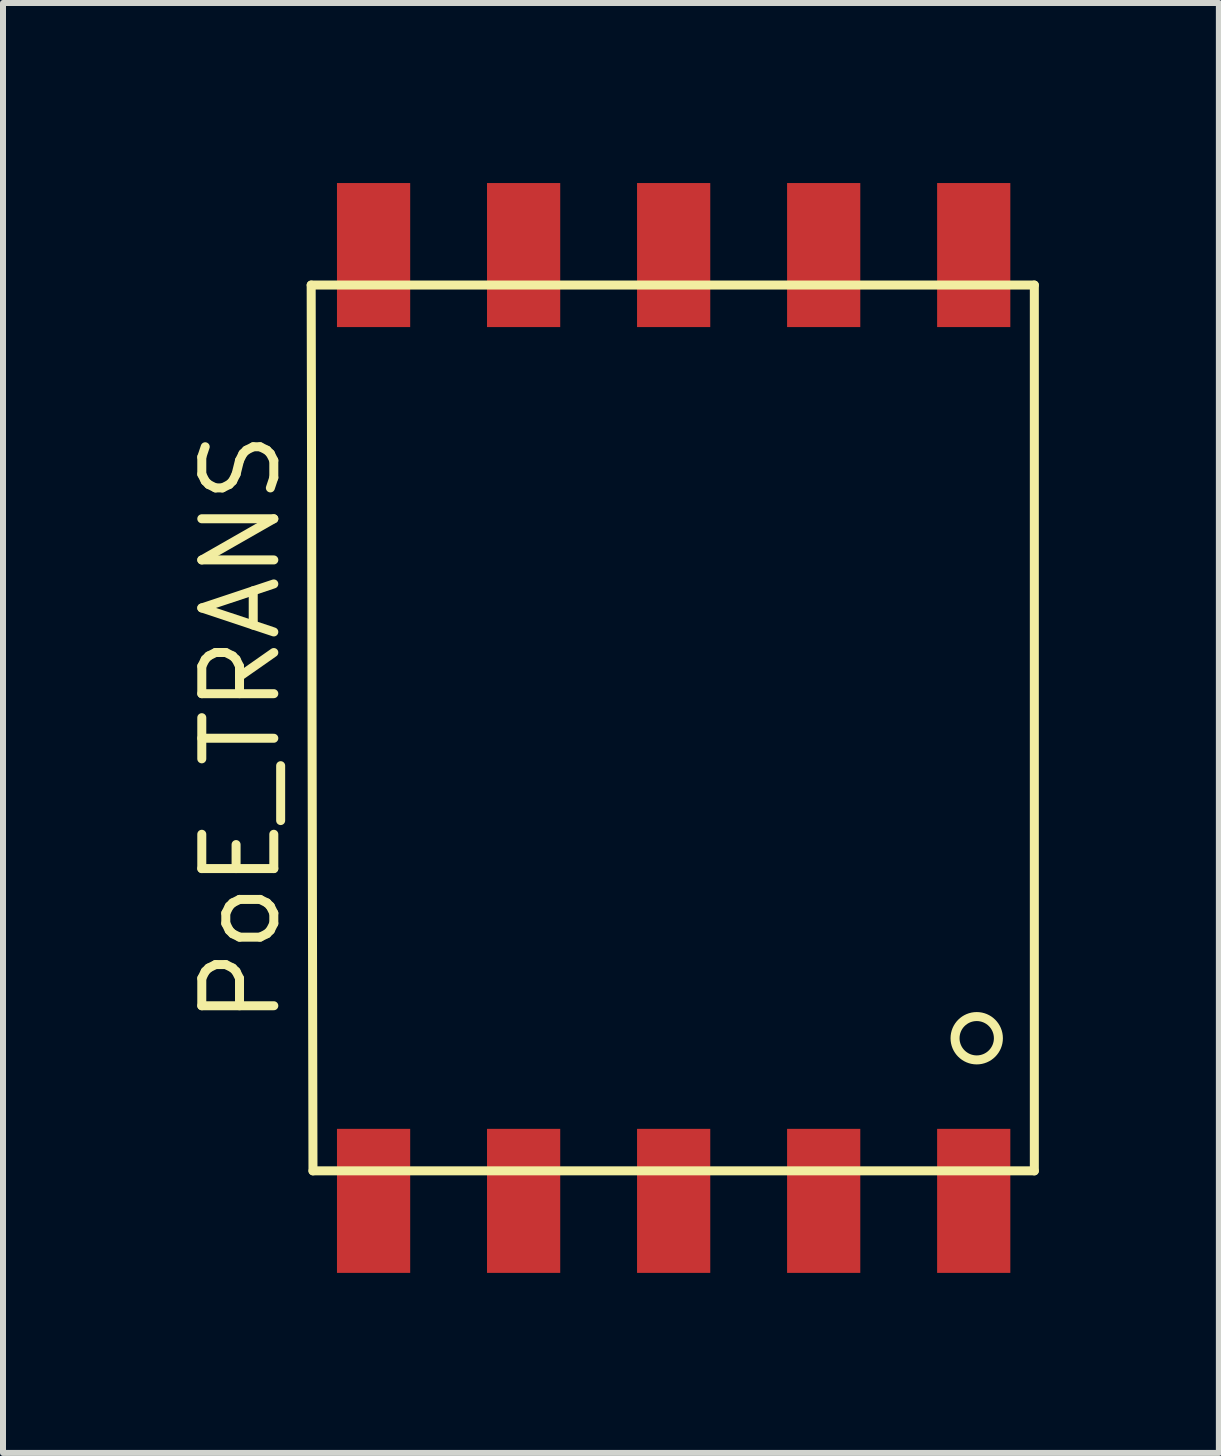
<source format=kicad_pcb>
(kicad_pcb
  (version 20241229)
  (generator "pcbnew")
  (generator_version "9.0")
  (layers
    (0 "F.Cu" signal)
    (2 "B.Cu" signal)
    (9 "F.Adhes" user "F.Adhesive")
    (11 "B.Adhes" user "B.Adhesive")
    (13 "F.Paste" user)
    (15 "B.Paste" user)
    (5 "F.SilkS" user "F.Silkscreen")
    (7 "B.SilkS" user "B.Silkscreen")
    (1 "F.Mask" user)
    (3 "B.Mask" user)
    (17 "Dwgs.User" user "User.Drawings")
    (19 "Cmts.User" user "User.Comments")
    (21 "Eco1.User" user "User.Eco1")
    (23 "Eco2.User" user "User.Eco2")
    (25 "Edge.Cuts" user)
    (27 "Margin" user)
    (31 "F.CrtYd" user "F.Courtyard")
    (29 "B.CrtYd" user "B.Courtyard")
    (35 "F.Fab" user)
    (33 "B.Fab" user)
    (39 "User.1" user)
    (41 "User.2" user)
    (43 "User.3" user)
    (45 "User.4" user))
  (footprint "PoE_TRANS"
    (layer "F.Cu")
    (at 8.175 9.08)
    (property "Reference" "PoE_TRANS" (at -7.21 0 90) (layer "F.SilkS") (effects (font (size 1.2 1.2) (thickness 0.15))))
    (attr through_hole)
    (fp_line (start -6.04 -7.38) (end -6.01 7.38) (stroke (width 0.15) (type solid)) (layer "F.SilkS"))
    (fp_line (start -6.01 7.38) (end 6.01 7.38) (stroke (width 0.15) (type solid)) (layer "F.SilkS"))
    (fp_line (start 6.01 -7.38) (end -6.04 -7.38) (stroke (width 0.15) (type solid)) (layer "F.SilkS"))
    (fp_line (start 6.01 7.38) (end 6.01 -7.38) (stroke (width 0.15) (type solid)) (layer "F.SilkS"))
    (fp_circle (center 5.05 5.17) (end 5.32 5.41) (stroke (width 0.15) (type solid)) (fill no) (layer "F.SilkS"))
    (pad "1" smd rect (at 5 7.88) (size 1.22 2.4) (layers "F.Cu" "F.Mask" "F.Paste"))
    (pad "2" smd rect (at 2.5 7.88) (size 1.22 2.4) (layers "F.Cu" "F.Mask" "F.Paste"))
    (pad "3" smd rect (at 0 7.88) (size 1.22 2.4) (layers "F.Cu" "F.Mask" "F.Paste"))
    (pad "4" smd rect (at -2.5 7.88) (size 1.22 2.4) (layers "F.Cu" "F.Mask" "F.Paste"))
    (pad "5" smd rect (at -5 7.88) (size 1.22 2.4) (layers "F.Cu" "F.Mask" "F.Paste"))
    (pad "6" smd rect (at -5 -7.88) (size 1.22 2.4) (layers "F.Cu" "F.Mask" "F.Paste"))
    (pad "7" smd rect (at -2.5 -7.88) (size 1.22 2.4) (layers "F.Cu" "F.Mask" "F.Paste"))
    (pad "8" smd rect (at 0 -7.88) (size 1.22 2.4) (layers "F.Cu" "F.Mask" "F.Paste"))
    (pad "9" smd rect (at 2.5 -7.88) (size 1.22 2.4) (layers "F.Cu" "F.Mask" "F.Paste"))
    (pad "10" smd rect (at 5 -7.88) (size 1.22 2.4) (layers "F.Cu" "F.Mask" "F.Paste")))
  (gr_rect
    (start -3 -3)
    (end 17.26 21.16)
    (stroke (width 0.1) (type default))
    (fill no)
    (layer "Edge.Cuts")))
</source>
